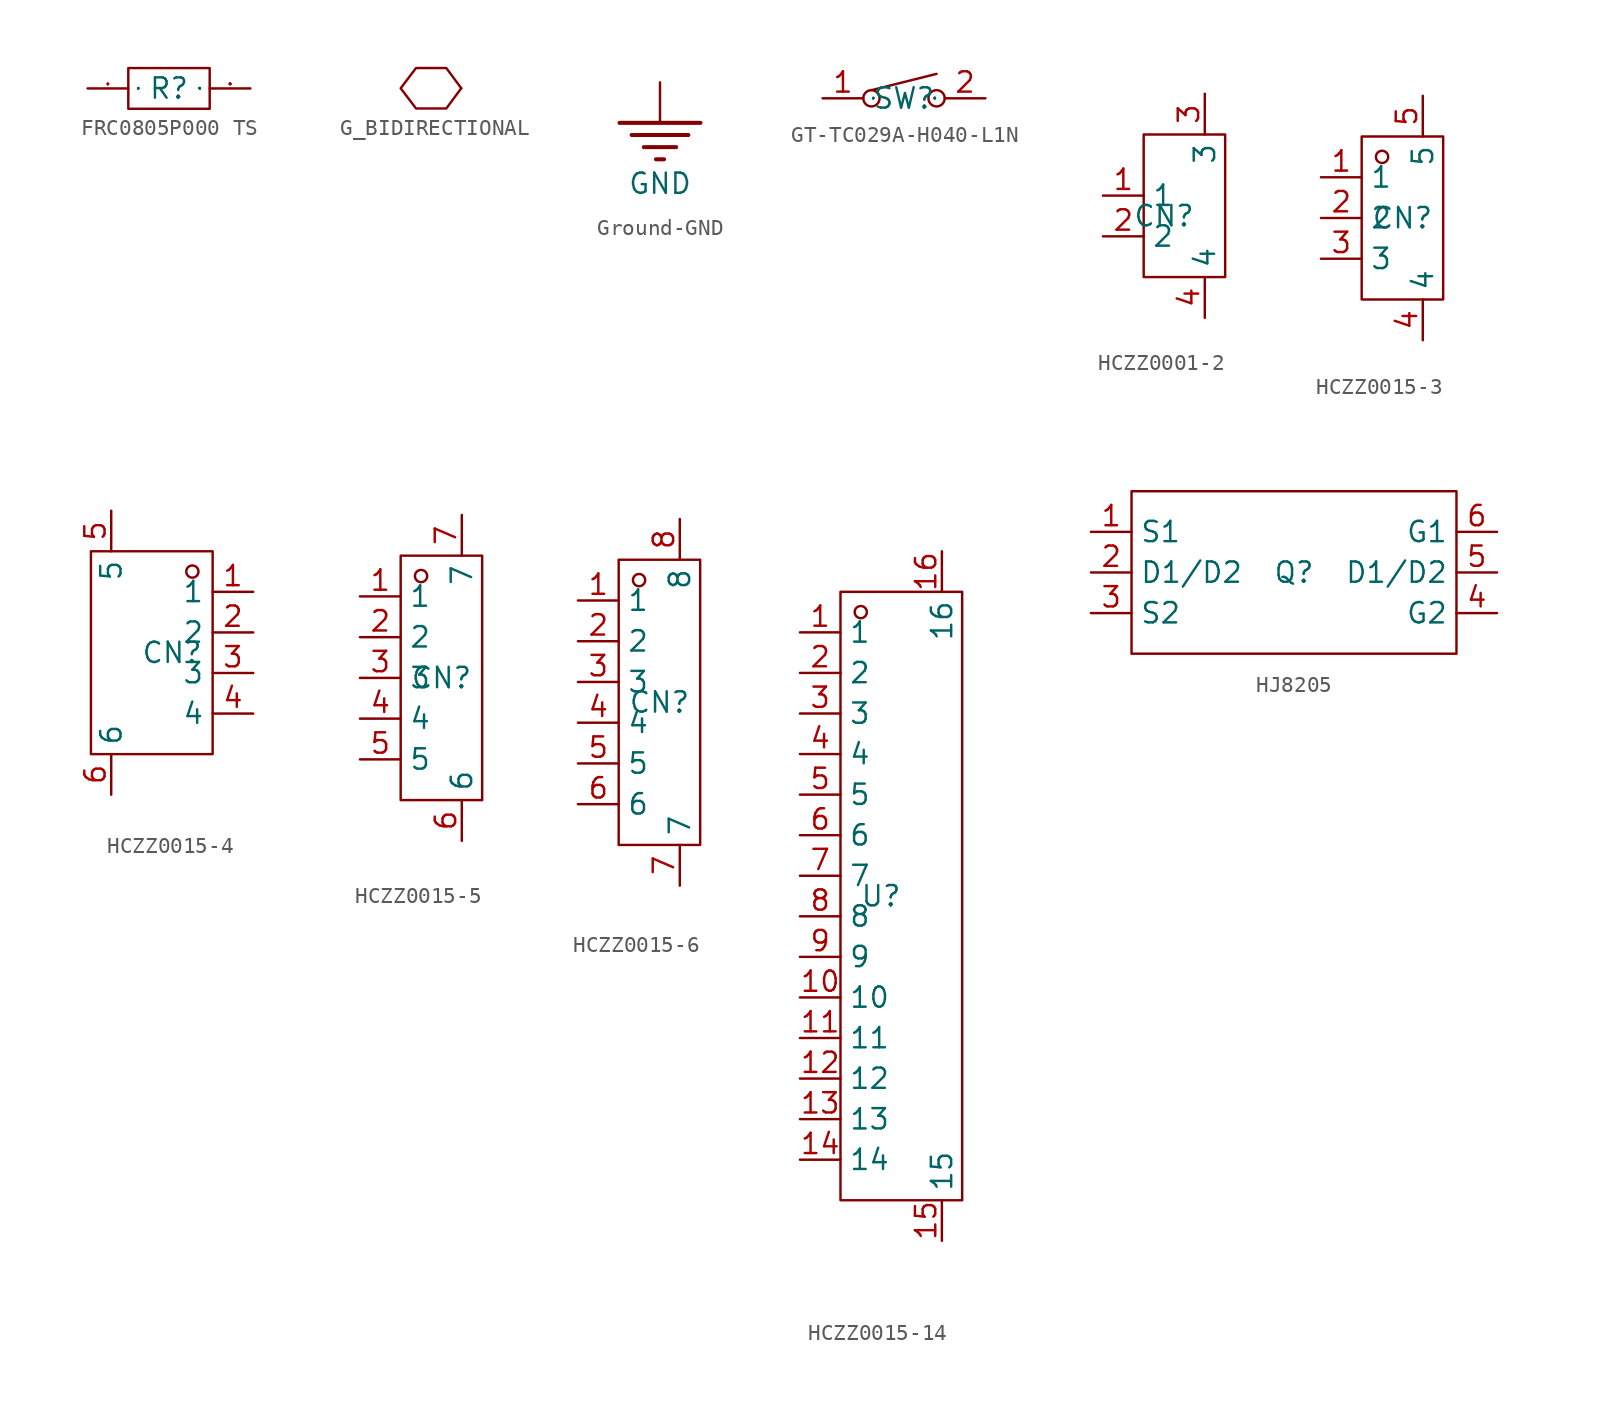
<source format=kicad_sym>
(kicad_symbol_lib
  (version 20241209)
  (generator "kicad_symbol_editor")
  (generator_version "9.0")
  (symbol "FRC0805P000 TS"
    (property "Reference" "R"
      (at 0 0 0)
      (effects (font (size 1.27 1.27))))
    (symbol "FRC0805P000 TS_1_0"
      (rectangle (start -2.54 -1.27) (end 2.54 1.27) (stroke (width 0) (type default)) (fill (type none)))
      (pin unspecified line (at -5.08 0 0) (length 2.54) (name "1" (effects (font (size 0.025 0.025)))) (number "1" (effects (font (size 0.025 0.025)))))
      (pin unspecified line (at 5.08 0 180) (length 2.54) (name "2" (effects (font (size 0.025 0.025)))) (number "2" (effects (font (size 0.025 0.025)))))))
  (symbol "G_BIDIRECTIONAL"
    (power)
    (pin_numbers
      (hide yes))
    (pin_names
      (hide yes))
    (property "Reference" "#PWR"
      (at 0 0 0)
      (effects (font (size 1.27 1.27)) (hide yes)))
    (property "Value" ""
      (at 0 0 0)
      (effects (font (size 1.27 1.27))))
    (symbol "G_BIDIRECTIONAL_1_0"
      (polyline (pts (xy 0 0) (xy -0.94 1.27) (xy -0.94 1.27) (xy -2.845 1.27) (xy -2.845 1.27) (xy -3.81 0) (xy -3.81 0) (xy -2.845 -1.27) (xy -2.845 -1.27) (xy -0.94 -1.27) (xy -0.94 -1.27) (xy 0 0)) (stroke (width 0) (type default)) (fill (type none)))
      (pin input line (at 0 0 270) (length 0) (name "1" (effects (font (size 0.025 0.025)))) (number "1" (effects (font (size 0 0)))))))
  (symbol "Ground-GND"
    (power)
    (pin_numbers
      (hide yes))
    (pin_names
      (hide yes))
    (property "Reference" "#PWR"
      (at 0 0 0)
      (effects (font (size 1.27 1.27)) (hide yes)))
    (property "Value" "GND"
      (at 0 -6.35 0)
      (effects (font (size 1.27 1.27))))
    (symbol "Ground-GND_1_0"
      (polyline (pts (xy -2.54 -2.54) (xy 2.54 -2.54)) (stroke (width 0.254) (type default)) (fill (type none)))
      (polyline (pts (xy -1.778 -3.302) (xy 1.778 -3.302)) (stroke (width 0.254) (type default)) (fill (type none)))
      (polyline (pts (xy -1.016 -4.064) (xy 1.016 -4.064)) (stroke (width 0.254) (type default)) (fill (type none)))
      (polyline (pts (xy -0.254 -4.826) (xy 0.254 -4.826)) (stroke (width 0.254) (type default)) (fill (type none)))
      (pin power_in line (at 0 0 270) (length 2.54) (name "" (effects (font (size 1.27 1.27)))) (number "1" (effects (font (size 0.025 0.025)))))))
  (symbol "GT-TC029A-H040-L1N"
    (property "Reference" "SW"
      (at 0 0 0)
      (effects (font (size 1.27 1.27))))
    (property "Value" ""
      (at 0 0 0)
      (effects (font (size 1.27 1.27))))
    (symbol "GT-TC029A-H040-L1N_1_0"
      (circle (center -2.032 0) (radius 0.508) (stroke (width 0) (type default)) (fill (type none)))
      (polyline (pts (xy 2.032 1.524) (xy -2.032 0.508)) (stroke (width 0) (type default)) (fill (type none)))
      (circle (center 2.032 0) (radius 0.508) (stroke (width 0) (type default)) (fill (type none)))
      (pin unspecified line (at -5.08 0 0) (length 2.54) (name "1" (effects (font (size 0.025 0.025)))) (number "1" (effects (font (size 1.27 1.27)))))
      (pin unspecified line (at 5.08 0 180) (length 2.54) (name "2" (effects (font (size 0.025 0.025)))) (number "2" (effects (font (size 1.27 1.27)))))))
  (symbol "HCZZ0001-2"
    (property "Reference" "CN"
      (at 0 0 0)
      (effects (font (size 1.27 1.27))))
    (property "Value" ""
      (at 0 0 0)
      (effects (font (size 1.27 1.27))))
    (symbol "HCZZ0001-2_1_0"
      (rectangle (start -1.27 -3.81) (end 3.81 5.08) (stroke (width 0) (type default)) (fill (type none)))
      (pin unspecified line (at -3.81 1.27 0) (length 2.54) (name "1" (effects (font (size 1.27 1.27)))) (number "1" (effects (font (size 1.27 1.27)))))
      (pin unspecified line (at -3.81 -1.27 0) (length 2.54) (name "2" (effects (font (size 1.27 1.27)))) (number "2" (effects (font (size 1.27 1.27)))))
      (pin unspecified line (at 2.54 7.62 270) (length 2.54) (name "3" (effects (font (size 1.27 1.27)))) (number "3" (effects (font (size 1.27 1.27)))))
      (pin unspecified line (at 2.54 -6.35 90) (length 2.54) (name "4" (effects (font (size 1.27 1.27)))) (number "4" (effects (font (size 1.27 1.27)))))))
  (symbol "HCZZ0015-3"
    (property "Reference" "CN"
      (at 0 0 0)
      (effects (font (size 1.27 1.27))))
    (property "Value" ""
      (at 0 0 0)
      (effects (font (size 1.27 1.27))))
    (symbol "HCZZ0015-3_1_0"
      (rectangle (start -2.54 -5.08) (end 2.54 5.08) (stroke (width 0) (type default)) (fill (type none)))
      (circle (center -1.27 3.81) (radius 0.381) (stroke (width 0) (type default)) (fill (type none)))
      (pin unspecified line (at -5.08 2.54 0) (length 2.54) (name "1" (effects (font (size 1.27 1.27)))) (number "1" (effects (font (size 1.27 1.27)))))
      (pin unspecified line (at -5.08 0 0) (length 2.54) (name "2" (effects (font (size 1.27 1.27)))) (number "2" (effects (font (size 1.27 1.27)))))
      (pin unspecified line (at -5.08 -2.54 0) (length 2.54) (name "3" (effects (font (size 1.27 1.27)))) (number "3" (effects (font (size 1.27 1.27)))))
      (pin unspecified line (at 1.27 7.62 270) (length 2.54) (name "5" (effects (font (size 1.27 1.27)))) (number "5" (effects (font (size 1.27 1.27)))))
      (pin unspecified line (at 1.27 -7.62 90) (length 2.54) (name "4" (effects (font (size 1.27 1.27)))) (number "4" (effects (font (size 1.27 1.27)))))))
  (symbol "HCZZ0015-4"
    (property "Reference" "CN"
      (at 0 0 0)
      (effects (font (size 1.27 1.27))))
    (property "Value" ""
      (at 0 0 0)
      (effects (font (size 1.27 1.27))))
    (symbol "HCZZ0015-4_1_0"
      (rectangle (start -5.08 -6.35) (end 2.54 6.35) (stroke (width 0) (type default)) (fill (type none)))
      (circle (center 1.27 5.08) (radius 0.381) (stroke (width 0) (type default)) (fill (type none)))
      (pin unspecified line (at -3.81 8.89 270) (length 2.54) (name "5" (effects (font (size 1.27 1.27)))) (number "5" (effects (font (size 1.27 1.27)))))
      (pin unspecified line (at -3.81 -8.89 90) (length 2.54) (name "6" (effects (font (size 1.27 1.27)))) (number "6" (effects (font (size 1.27 1.27)))))
      (pin unspecified line (at 5.08 3.81 180) (length 2.54) (name "1" (effects (font (size 1.27 1.27)))) (number "1" (effects (font (size 1.27 1.27)))))
      (pin unspecified line (at 5.08 1.27 180) (length 2.54) (name "2" (effects (font (size 1.27 1.27)))) (number "2" (effects (font (size 1.27 1.27)))))
      (pin unspecified line (at 5.08 -1.27 180) (length 2.54) (name "3" (effects (font (size 1.27 1.27)))) (number "3" (effects (font (size 1.27 1.27)))))
      (pin unspecified line (at 5.08 -3.81 180) (length 2.54) (name "4" (effects (font (size 1.27 1.27)))) (number "4" (effects (font (size 1.27 1.27)))))))
  (symbol "HCZZ0015-5"
    (property "Reference" "CN"
      (at 0 0 0)
      (effects (font (size 1.27 1.27))))
    (property "Value" ""
      (at 0 0 0)
      (effects (font (size 1.27 1.27))))
    (symbol "HCZZ0015-5_1_0"
      (rectangle (start -2.54 -7.62) (end 2.54 7.62) (stroke (width 0) (type default)) (fill (type none)))
      (circle (center -1.27 6.35) (radius 0.381) (stroke (width 0) (type default)) (fill (type none)))
      (pin unspecified line (at -5.08 5.08 0) (length 2.54) (name "1" (effects (font (size 1.27 1.27)))) (number "1" (effects (font (size 1.27 1.27)))))
      (pin unspecified line (at -5.08 2.54 0) (length 2.54) (name "2" (effects (font (size 1.27 1.27)))) (number "2" (effects (font (size 1.27 1.27)))))
      (pin unspecified line (at -5.08 0 0) (length 2.54) (name "3" (effects (font (size 1.27 1.27)))) (number "3" (effects (font (size 1.27 1.27)))))
      (pin unspecified line (at -5.08 -2.54 0) (length 2.54) (name "4" (effects (font (size 1.27 1.27)))) (number "4" (effects (font (size 1.27 1.27)))))
      (pin unspecified line (at -5.08 -5.08 0) (length 2.54) (name "5" (effects (font (size 1.27 1.27)))) (number "5" (effects (font (size 1.27 1.27)))))
      (pin unspecified line (at 1.27 10.16 270) (length 2.54) (name "7" (effects (font (size 1.27 1.27)))) (number "7" (effects (font (size 1.27 1.27)))))
      (pin unspecified line (at 1.27 -10.16 90) (length 2.54) (name "6" (effects (font (size 1.27 1.27)))) (number "6" (effects (font (size 1.27 1.27)))))))
  (symbol "HCZZ0015-6"
    (property "Reference" "CN"
      (at 0 0 0)
      (effects (font (size 1.27 1.27))))
    (property "Value" ""
      (at 0 0 0)
      (effects (font (size 1.27 1.27))))
    (symbol "HCZZ0015-6_1_0"
      (rectangle (start -2.54 -8.89) (end 2.54 8.89) (stroke (width 0) (type default)) (fill (type none)))
      (circle (center -1.27 7.62) (radius 0.381) (stroke (width 0) (type default)) (fill (type none)))
      (pin unspecified line (at -5.08 6.35 0) (length 2.54) (name "1" (effects (font (size 1.27 1.27)))) (number "1" (effects (font (size 1.27 1.27)))))
      (pin unspecified line (at -5.08 3.81 0) (length 2.54) (name "2" (effects (font (size 1.27 1.27)))) (number "2" (effects (font (size 1.27 1.27)))))
      (pin unspecified line (at -5.08 1.27 0) (length 2.54) (name "3" (effects (font (size 1.27 1.27)))) (number "3" (effects (font (size 1.27 1.27)))))
      (pin unspecified line (at -5.08 -1.27 0) (length 2.54) (name "4" (effects (font (size 1.27 1.27)))) (number "4" (effects (font (size 1.27 1.27)))))
      (pin unspecified line (at -5.08 -3.81 0) (length 2.54) (name "5" (effects (font (size 1.27 1.27)))) (number "5" (effects (font (size 1.27 1.27)))))
      (pin unspecified line (at -5.08 -6.35 0) (length 2.54) (name "6" (effects (font (size 1.27 1.27)))) (number "6" (effects (font (size 1.27 1.27)))))
      (pin unspecified line (at 1.27 11.43 270) (length 2.54) (name "8" (effects (font (size 1.27 1.27)))) (number "8" (effects (font (size 1.27 1.27)))))
      (pin unspecified line (at 1.27 -11.43 90) (length 2.54) (name "7" (effects (font (size 1.27 1.27)))) (number "7" (effects (font (size 1.27 1.27)))))))
  (symbol "HCZZ0015-14"
    (property "Reference" "U"
      (at 0 0 0)
      (effects (font (size 1.27 1.27))))
    (property "Value" ""
      (at 0 0 0)
      (effects (font (size 1.27 1.27))))
    (symbol "HCZZ0015-14_1_0"
      (rectangle (start -2.54 -19.05) (end 5.08 19.05) (stroke (width 0) (type default)) (fill (type none)))
      (circle (center -1.27 17.78) (radius 0.381) (stroke (width 0) (type default)) (fill (type none)))
      (pin unspecified line (at -5.08 16.51 0) (length 2.54) (name "1" (effects (font (size 1.27 1.27)))) (number "1" (effects (font (size 1.27 1.27)))))
      (pin unspecified line (at -5.08 13.97 0) (length 2.54) (name "2" (effects (font (size 1.27 1.27)))) (number "2" (effects (font (size 1.27 1.27)))))
      (pin unspecified line (at -5.08 11.43 0) (length 2.54) (name "3" (effects (font (size 1.27 1.27)))) (number "3" (effects (font (size 1.27 1.27)))))
      (pin unspecified line (at -5.08 8.89 0) (length 2.54) (name "4" (effects (font (size 1.27 1.27)))) (number "4" (effects (font (size 1.27 1.27)))))
      (pin unspecified line (at -5.08 6.35 0) (length 2.54) (name "5" (effects (font (size 1.27 1.27)))) (number "5" (effects (font (size 1.27 1.27)))))
      (pin unspecified line (at -5.08 3.81 0) (length 2.54) (name "6" (effects (font (size 1.27 1.27)))) (number "6" (effects (font (size 1.27 1.27)))))
      (pin unspecified line (at -5.08 1.27 0) (length 2.54) (name "7" (effects (font (size 1.27 1.27)))) (number "7" (effects (font (size 1.27 1.27)))))
      (pin unspecified line (at -5.08 -1.27 0) (length 2.54) (name "8" (effects (font (size 1.27 1.27)))) (number "8" (effects (font (size 1.27 1.27)))))
      (pin unspecified line (at -5.08 -3.81 0) (length 2.54) (name "9" (effects (font (size 1.27 1.27)))) (number "9" (effects (font (size 1.27 1.27)))))
      (pin unspecified line (at -5.08 -6.35 0) (length 2.54) (name "10" (effects (font (size 1.27 1.27)))) (number "10" (effects (font (size 1.27 1.27)))))
      (pin unspecified line (at -5.08 -8.89 0) (length 2.54) (name "11" (effects (font (size 1.27 1.27)))) (number "11" (effects (font (size 1.27 1.27)))))
      (pin unspecified line (at -5.08 -11.43 0) (length 2.54) (name "12" (effects (font (size 1.27 1.27)))) (number "12" (effects (font (size 1.27 1.27)))))
      (pin unspecified line (at -5.08 -13.97 0) (length 2.54) (name "13" (effects (font (size 1.27 1.27)))) (number "13" (effects (font (size 1.27 1.27)))))
      (pin unspecified line (at -5.08 -16.51 0) (length 2.54) (name "14" (effects (font (size 1.27 1.27)))) (number "14" (effects (font (size 1.27 1.27)))))
      (pin unspecified line (at 3.81 21.59 270) (length 2.54) (name "16" (effects (font (size 1.27 1.27)))) (number "16" (effects (font (size 1.27 1.27)))))
      (pin unspecified line (at 3.81 -21.59 90) (length 2.54) (name "15" (effects (font (size 1.27 1.27)))) (number "15" (effects (font (size 1.27 1.27)))))))
  (symbol "HJ8205"
    (property "Reference" "Q"
      (at 0 0 0)
      (effects (font (size 1.27 1.27))))
    (property "Value" ""
      (at 0 0 0)
      (effects (font (size 1.27 1.27))))
    (symbol "HJ8205_1_0"
      (rectangle (start -10.16 5.08) (end 10.16 -5.08) (stroke (width 0) (type default)) (fill (type none)))
      (pin unspecified line (at -12.7 2.54 0) (length 2.54) (name "S1" (effects (font (size 1.27 1.27)))) (number "1" (effects (font (size 1.27 1.27)))))
      (pin unspecified line (at -12.7 0 0) (length 2.54) (name "D1/D2" (effects (font (size 1.27 1.27)))) (number "2" (effects (font (size 1.27 1.27)))))
      (pin unspecified line (at -12.7 -2.54 0) (length 2.54) (name "S2" (effects (font (size 1.27 1.27)))) (number "3" (effects (font (size 1.27 1.27)))))
      (pin unspecified line (at 12.7 2.54 180) (length 2.54) (name "G1" (effects (font (size 1.27 1.27)))) (number "6" (effects (font (size 1.27 1.27)))))
      (pin unspecified line (at 12.7 0 180) (length 2.54) (name "D1/D2" (effects (font (size 1.27 1.27)))) (number "5" (effects (font (size 1.27 1.27)))))
      (pin unspecified line (at 12.7 -2.54 180) (length 2.54) (name "G2" (effects (font (size 1.27 1.27)))) (number "4" (effects (font (size 1.27 1.27))))))))
</source>
